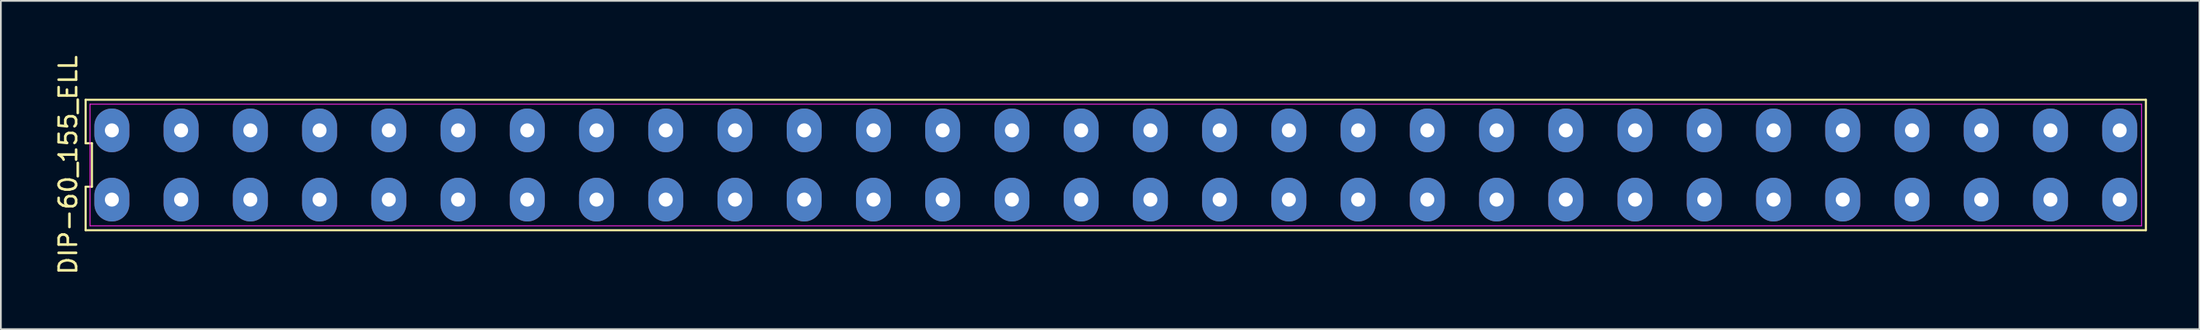
<source format=kicad_pcb>
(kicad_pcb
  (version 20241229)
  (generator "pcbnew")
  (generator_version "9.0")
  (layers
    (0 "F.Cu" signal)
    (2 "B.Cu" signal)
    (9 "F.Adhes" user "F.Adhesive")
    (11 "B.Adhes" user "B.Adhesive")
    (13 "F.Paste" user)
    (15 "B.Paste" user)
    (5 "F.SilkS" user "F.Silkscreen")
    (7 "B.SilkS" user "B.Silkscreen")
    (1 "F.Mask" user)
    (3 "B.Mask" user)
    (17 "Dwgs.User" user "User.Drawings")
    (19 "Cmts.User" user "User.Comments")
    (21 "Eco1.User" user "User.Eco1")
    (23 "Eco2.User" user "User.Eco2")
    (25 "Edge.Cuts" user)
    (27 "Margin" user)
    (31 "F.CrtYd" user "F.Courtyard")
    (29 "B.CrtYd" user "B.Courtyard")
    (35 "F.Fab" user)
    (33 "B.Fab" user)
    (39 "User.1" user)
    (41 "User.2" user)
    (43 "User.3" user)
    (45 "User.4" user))
  (footprint "DIP-60_155_ELL"
    (layer "F.Cu")
    (at 60.768 6.387)
    (property "Reference" "DIP-60_155_ELL" (at -59.92 0 90) (layer "F.SilkS") (effects (font (size 1 1) (thickness 0.15))))
    (attr through_hole)
    (fp_line (start -58.92 -3.73) (end -58.92 -1.243) (stroke (width 0.12) (type solid)) (layer "F.SilkS"))
    (fp_line (start -58.92 -1.243) (end -58.56 -1.243) (stroke (width 0.12) (type solid)) (layer "F.SilkS"))
    (fp_line (start -58.92 1.243) (end -58.92 3.73) (stroke (width 0.12) (type solid)) (layer "F.SilkS"))
    (fp_line (start -58.92 3.73) (end 58.92 3.73) (stroke (width 0.12) (type solid)) (layer "F.SilkS"))
    (fp_line (start -58.56 -1.243) (end -58.56 1.243) (stroke (width 0.12) (type solid)) (layer "F.SilkS"))
    (fp_line (start -58.56 1.243) (end -58.92 1.243) (stroke (width 0.12) (type solid)) (layer "F.SilkS"))
    (fp_line (start 58.92 -3.73) (end -58.92 -3.73) (stroke (width 0.12) (type solid)) (layer "F.SilkS"))
    (fp_line (start 58.92 3.73) (end 58.92 -3.73) (stroke (width 0.12) (type solid)) (layer "F.SilkS"))
    (fp_line (start -58.67 -3.48) (end 58.67 -3.48) (stroke (width 0.05) (type solid)) (layer "F.CrtYd"))
    (fp_line (start -58.67 3.48) (end -58.67 -3.48) (stroke (width 0.05) (type solid)) (layer "F.CrtYd"))
    (fp_line (start 58.67 -3.48) (end 58.67 3.48) (stroke (width 0.05) (type solid)) (layer "F.CrtYd"))
    (fp_line (start 58.67 3.48) (end -58.67 3.48) (stroke (width 0.05) (type solid)) (layer "F.CrtYd"))
    (pad "1" thru_hole oval (at -57.42 1.98) (size 2 2.5) (drill 0.8) (layers "*.Cu" "*.Mask"))
    (pad "2" thru_hole oval (at -53.46 1.98) (size 2 2.5) (drill 0.8) (layers "*.Cu" "*.Mask"))
    (pad "3" thru_hole oval (at -49.5 1.98) (size 2 2.5) (drill 0.8) (layers "*.Cu" "*.Mask"))
    (pad "4" thru_hole oval (at -45.54 1.98) (size 2 2.5) (drill 0.8) (layers "*.Cu" "*.Mask"))
    (pad "5" thru_hole oval (at -41.58 1.98) (size 2 2.5) (drill 0.8) (layers "*.Cu" "*.Mask"))
    (pad "6" thru_hole oval (at -37.62 1.98) (size 2 2.5) (drill 0.8) (layers "*.Cu" "*.Mask"))
    (pad "7" thru_hole oval (at -33.66 1.98) (size 2 2.5) (drill 0.8) (layers "*.Cu" "*.Mask"))
    (pad "8" thru_hole oval (at -29.7 1.98) (size 2 2.5) (drill 0.8) (layers "*.Cu" "*.Mask"))
    (pad "9" thru_hole oval (at -25.74 1.98) (size 2 2.5) (drill 0.8) (layers "*.Cu" "*.Mask"))
    (pad "10" thru_hole oval (at -21.78 1.98) (size 2 2.5) (drill 0.8) (layers "*.Cu" "*.Mask"))
    (pad "11" thru_hole oval (at -17.82 1.98) (size 2 2.5) (drill 0.8) (layers "*.Cu" "*.Mask"))
    (pad "12" thru_hole oval (at -13.86 1.98) (size 2 2.5) (drill 0.8) (layers "*.Cu" "*.Mask"))
    (pad "13" thru_hole oval (at -9.9 1.98) (size 2 2.5) (drill 0.8) (layers "*.Cu" "*.Mask"))
    (pad "14" thru_hole oval (at -5.94 1.98) (size 2 2.5) (drill 0.8) (layers "*.Cu" "*.Mask"))
    (pad "15" thru_hole oval (at -1.98 1.98) (size 2 2.5) (drill 0.8) (layers "*.Cu" "*.Mask"))
    (pad "16" thru_hole oval (at 1.98 1.98) (size 2 2.5) (drill 0.8) (layers "*.Cu" "*.Mask"))
    (pad "17" thru_hole oval (at 5.94 1.98) (size 2 2.5) (drill 0.8) (layers "*.Cu" "*.Mask"))
    (pad "18" thru_hole oval (at 9.9 1.98) (size 2 2.5) (drill 0.8) (layers "*.Cu" "*.Mask"))
    (pad "19" thru_hole oval (at 13.86 1.98) (size 2 2.5) (drill 0.8) (layers "*.Cu" "*.Mask"))
    (pad "20" thru_hole oval (at 17.82 1.98) (size 2 2.5) (drill 0.8) (layers "*.Cu" "*.Mask"))
    (pad "21" thru_hole oval (at 21.78 1.98) (size 2 2.5) (drill 0.8) (layers "*.Cu" "*.Mask"))
    (pad "22" thru_hole oval (at 25.74 1.98) (size 2 2.5) (drill 0.8) (layers "*.Cu" "*.Mask"))
    (pad "23" thru_hole oval (at 29.7 1.98) (size 2 2.5) (drill 0.8) (layers "*.Cu" "*.Mask"))
    (pad "24" thru_hole oval (at 33.66 1.98) (size 2 2.5) (drill 0.8) (layers "*.Cu" "*.Mask"))
    (pad "25" thru_hole oval (at 37.62 1.98) (size 2 2.5) (drill 0.8) (layers "*.Cu" "*.Mask"))
    (pad "26" thru_hole oval (at 41.58 1.98) (size 2 2.5) (drill 0.8) (layers "*.Cu" "*.Mask"))
    (pad "27" thru_hole oval (at 45.54 1.98) (size 2 2.5) (drill 0.8) (layers "*.Cu" "*.Mask"))
    (pad "28" thru_hole oval (at 49.5 1.98) (size 2 2.5) (drill 0.8) (layers "*.Cu" "*.Mask"))
    (pad "29" thru_hole oval (at 53.46 1.98) (size 2 2.5) (drill 0.8) (layers "*.Cu" "*.Mask"))
    (pad "30" thru_hole oval (at 57.42 1.98) (size 2 2.5) (drill 0.8) (layers "*.Cu" "*.Mask"))
    (pad "31" thru_hole oval (at 57.42 -1.98) (size 2 2.5) (drill 0.8) (layers "*.Cu" "*.Mask"))
    (pad "32" thru_hole oval (at 53.46 -1.98) (size 2 2.5) (drill 0.8) (layers "*.Cu" "*.Mask"))
    (pad "33" thru_hole oval (at 49.5 -1.98) (size 2 2.5) (drill 0.8) (layers "*.Cu" "*.Mask"))
    (pad "34" thru_hole oval (at 45.54 -1.98) (size 2 2.5) (drill 0.8) (layers "*.Cu" "*.Mask"))
    (pad "35" thru_hole oval (at 41.58 -1.98) (size 2 2.5) (drill 0.8) (layers "*.Cu" "*.Mask"))
    (pad "36" thru_hole oval (at 37.62 -1.98) (size 2 2.5) (drill 0.8) (layers "*.Cu" "*.Mask"))
    (pad "37" thru_hole oval (at 33.66 -1.98) (size 2 2.5) (drill 0.8) (layers "*.Cu" "*.Mask"))
    (pad "38" thru_hole oval (at 29.7 -1.98) (size 2 2.5) (drill 0.8) (layers "*.Cu" "*.Mask"))
    (pad "39" thru_hole oval (at 25.74 -1.98) (size 2 2.5) (drill 0.8) (layers "*.Cu" "*.Mask"))
    (pad "40" thru_hole oval (at 21.78 -1.98) (size 2 2.5) (drill 0.8) (layers "*.Cu" "*.Mask"))
    (pad "41" thru_hole oval (at 17.82 -1.98) (size 2 2.5) (drill 0.8) (layers "*.Cu" "*.Mask"))
    (pad "42" thru_hole oval (at 13.86 -1.98) (size 2 2.5) (drill 0.8) (layers "*.Cu" "*.Mask"))
    (pad "43" thru_hole oval (at 9.9 -1.98) (size 2 2.5) (drill 0.8) (layers "*.Cu" "*.Mask"))
    (pad "44" thru_hole oval (at 5.94 -1.98) (size 2 2.5) (drill 0.8) (layers "*.Cu" "*.Mask"))
    (pad "45" thru_hole oval (at 1.98 -1.98) (size 2 2.5) (drill 0.8) (layers "*.Cu" "*.Mask"))
    (pad "46" thru_hole oval (at -1.98 -1.98) (size 2 2.5) (drill 0.8) (layers "*.Cu" "*.Mask"))
    (pad "47" thru_hole oval (at -5.94 -1.98) (size 2 2.5) (drill 0.8) (layers "*.Cu" "*.Mask"))
    (pad "48" thru_hole oval (at -9.9 -1.98) (size 2 2.5) (drill 0.8) (layers "*.Cu" "*.Mask"))
    (pad "49" thru_hole oval (at -13.86 -1.98) (size 2 2.5) (drill 0.8) (layers "*.Cu" "*.Mask"))
    (pad "50" thru_hole oval (at -17.82 -1.98) (size 2 2.5) (drill 0.8) (layers "*.Cu" "*.Mask"))
    (pad "51" thru_hole oval (at -21.78 -1.98) (size 2 2.5) (drill 0.8) (layers "*.Cu" "*.Mask"))
    (pad "52" thru_hole oval (at -25.74 -1.98) (size 2 2.5) (drill 0.8) (layers "*.Cu" "*.Mask"))
    (pad "53" thru_hole oval (at -29.7 -1.98) (size 2 2.5) (drill 0.8) (layers "*.Cu" "*.Mask"))
    (pad "54" thru_hole oval (at -33.66 -1.98) (size 2 2.5) (drill 0.8) (layers "*.Cu" "*.Mask"))
    (pad "55" thru_hole oval (at -37.62 -1.98) (size 2 2.5) (drill 0.8) (layers "*.Cu" "*.Mask"))
    (pad "56" thru_hole oval (at -41.58 -1.98) (size 2 2.5) (drill 0.8) (layers "*.Cu" "*.Mask"))
    (pad "57" thru_hole oval (at -45.54 -1.98) (size 2 2.5) (drill 0.8) (layers "*.Cu" "*.Mask"))
    (pad "58" thru_hole oval (at -49.5 -1.98) (size 2 2.5) (drill 0.8) (layers "*.Cu" "*.Mask"))
    (pad "59" thru_hole oval (at -53.46 -1.98) (size 2 2.5) (drill 0.8) (layers "*.Cu" "*.Mask"))
    (pad "60" thru_hole oval (at -57.42 -1.98) (size 2 2.5) (drill 0.8) (layers "*.Cu" "*.Mask")))
  (gr_rect
    (start -3 -3)
    (end 122.748 15.774)
    (stroke (width 0.1) (type default))
    (fill no)
    (layer "Edge.Cuts")))
</source>
